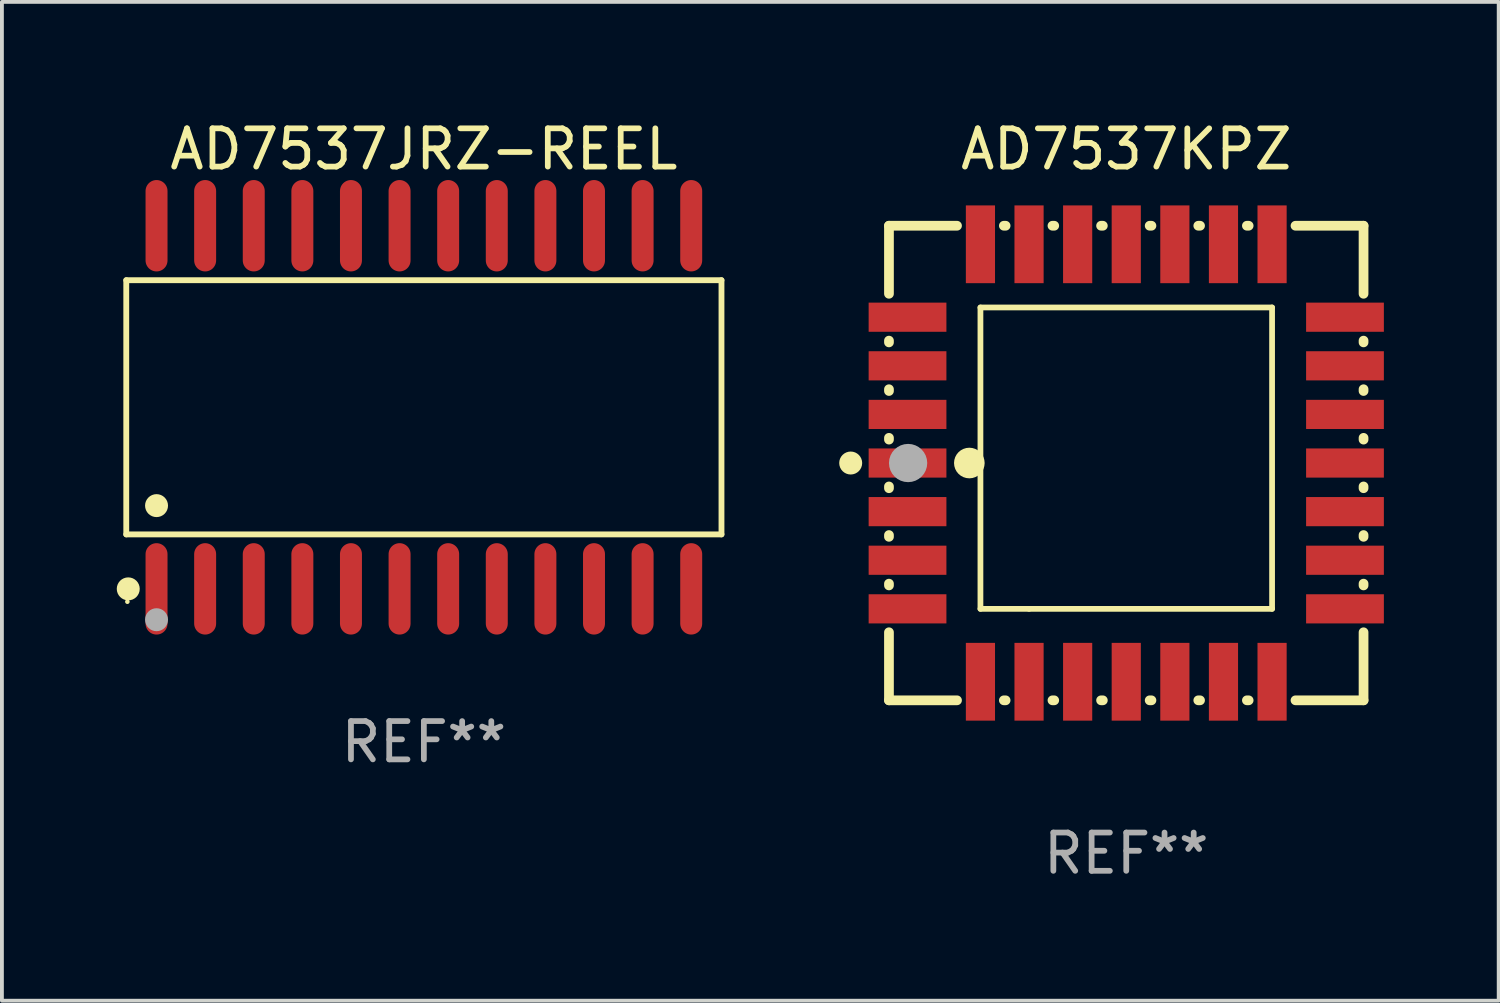
<source format=kicad_pcb>
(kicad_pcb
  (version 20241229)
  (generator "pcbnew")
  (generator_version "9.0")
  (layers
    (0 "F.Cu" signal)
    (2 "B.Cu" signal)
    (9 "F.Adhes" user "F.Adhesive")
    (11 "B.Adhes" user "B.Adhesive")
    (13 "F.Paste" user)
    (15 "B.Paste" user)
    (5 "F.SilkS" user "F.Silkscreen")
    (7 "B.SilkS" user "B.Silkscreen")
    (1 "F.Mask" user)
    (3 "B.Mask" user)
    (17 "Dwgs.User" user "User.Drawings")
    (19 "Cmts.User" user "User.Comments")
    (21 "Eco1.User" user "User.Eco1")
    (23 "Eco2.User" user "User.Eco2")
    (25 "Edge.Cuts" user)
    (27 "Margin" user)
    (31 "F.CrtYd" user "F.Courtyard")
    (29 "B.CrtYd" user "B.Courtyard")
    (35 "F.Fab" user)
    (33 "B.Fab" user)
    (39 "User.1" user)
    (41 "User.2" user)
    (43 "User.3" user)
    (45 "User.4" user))
  (footprint "AD7537KPZ"
    (layer "F.Cu")
    (at 26.377 9.048)
    (property "Reference" "AD7537KPZ" (at 0 -8.2 0) (layer "F.SilkS") (effects (font (size 1 1) (thickness 0.15))))
    (attr through_hole)
    (fp_line (start -6.2 -6.2) (end -4.422 -6.2) (stroke (width 0.254) (type solid)) (layer "F.SilkS"))
    (fp_line (start -6.2 -4.422) (end -6.2 -6.2) (stroke (width 0.254) (type solid)) (layer "F.SilkS"))
    (fp_line (start -6.2 -3.152) (end -6.2 -3.198) (stroke (width 0.254) (type solid)) (layer "F.SilkS"))
    (fp_line (start -6.2 -1.882) (end -6.2 -1.928) (stroke (width 0.254) (type solid)) (layer "F.SilkS"))
    (fp_line (start -6.2 -0.612) (end -6.2 -0.658) (stroke (width 0.254) (type solid)) (layer "F.SilkS"))
    (fp_line (start -6.2 0.658) (end -6.2 0.612) (stroke (width 0.254) (type solid)) (layer "F.SilkS"))
    (fp_line (start -6.2 1.928) (end -6.2 1.882) (stroke (width 0.254) (type solid)) (layer "F.SilkS"))
    (fp_line (start -6.2 3.198) (end -6.2 3.152) (stroke (width 0.254) (type solid)) (layer "F.SilkS"))
    (fp_line (start -6.2 6.2) (end -6.2 4.422) (stroke (width 0.254) (type solid)) (layer "F.SilkS"))
    (fp_line (start -4.422 6.2) (end -6.2 6.2) (stroke (width 0.254) (type solid)) (layer "F.SilkS"))
    (fp_line (start -3.81 -4.064) (end 3.81 -4.064) (stroke (width 0.15) (type solid)) (layer "F.SilkS"))
    (fp_line (start -3.81 3.81) (end -3.81 -4.064) (stroke (width 0.15) (type solid)) (layer "F.SilkS"))
    (fp_line (start -3.198 -6.2) (end -3.152 -6.2) (stroke (width 0.254) (type solid)) (layer "F.SilkS"))
    (fp_line (start -3.152 6.2) (end -3.198 6.2) (stroke (width 0.254) (type solid)) (layer "F.SilkS"))
    (fp_line (start -2.54 3.81) (end -3.81 3.81) (stroke (width 0.15) (type solid)) (layer "F.SilkS"))
    (fp_line (start -1.928 -6.2) (end -1.882 -6.2) (stroke (width 0.254) (type solid)) (layer "F.SilkS"))
    (fp_line (start -1.882 6.2) (end -1.928 6.2) (stroke (width 0.254) (type solid)) (layer "F.SilkS"))
    (fp_line (start -0.658 -6.2) (end -0.612 -6.2) (stroke (width 0.254) (type solid)) (layer "F.SilkS"))
    (fp_line (start -0.612 6.2) (end -0.658 6.2) (stroke (width 0.254) (type solid)) (layer "F.SilkS"))
    (fp_line (start 0.612 -6.2) (end 0.658 -6.2) (stroke (width 0.254) (type solid)) (layer "F.SilkS"))
    (fp_line (start 0.658 6.2) (end 0.612 6.2) (stroke (width 0.254) (type solid)) (layer "F.SilkS"))
    (fp_line (start 1.882 -6.2) (end 1.928 -6.2) (stroke (width 0.254) (type solid)) (layer "F.SilkS"))
    (fp_line (start 1.928 6.2) (end 1.882 6.2) (stroke (width 0.254) (type solid)) (layer "F.SilkS"))
    (fp_line (start 3.152 -6.2) (end 3.198 -6.2) (stroke (width 0.254) (type solid)) (layer "F.SilkS"))
    (fp_line (start 3.198 6.2) (end 3.152 6.2) (stroke (width 0.254) (type solid)) (layer "F.SilkS"))
    (fp_line (start 3.81 -4.064) (end 3.81 3.81) (stroke (width 0.15) (type solid)) (layer "F.SilkS"))
    (fp_line (start 3.81 3.81) (end -2.54 3.81) (stroke (width 0.15) (type solid)) (layer "F.SilkS"))
    (fp_line (start 4.422 -6.2) (end 6.2 -6.2) (stroke (width 0.254) (type solid)) (layer "F.SilkS"))
    (fp_line (start 6.2 -6.2) (end 6.2 -4.422) (stroke (width 0.254) (type solid)) (layer "F.SilkS"))
    (fp_line (start 6.2 -3.198) (end 6.2 -3.152) (stroke (width 0.254) (type solid)) (layer "F.SilkS"))
    (fp_line (start 6.2 -1.928) (end 6.2 -1.882) (stroke (width 0.254) (type solid)) (layer "F.SilkS"))
    (fp_line (start 6.2 -0.658) (end 6.2 -0.612) (stroke (width 0.254) (type solid)) (layer "F.SilkS"))
    (fp_line (start 6.2 0.612) (end 6.2 0.658) (stroke (width 0.254) (type solid)) (layer "F.SilkS"))
    (fp_line (start 6.2 1.882) (end 6.2 1.928) (stroke (width 0.254) (type solid)) (layer "F.SilkS"))
    (fp_line (start 6.2 3.152) (end 6.2 3.198) (stroke (width 0.254) (type solid)) (layer "F.SilkS"))
    (fp_line (start 6.2 4.422) (end 6.2 6.2) (stroke (width 0.254) (type solid)) (layer "F.SilkS"))
    (fp_line (start 6.2 6.2) (end 4.422 6.2) (stroke (width 0.254) (type solid)) (layer "F.SilkS"))
    (fp_circle (center -7.2 0) (end -7.05 0) (stroke (width 0.3) (type solid)) (fill no) (layer "F.SilkS"))
    (fp_circle (center -6.223 6.223) (end -6.193 6.223) (stroke (width 0.06) (type solid)) (fill no) (layer "F.SilkS"))
    (fp_circle (center -4.1 0) (end -3.9 0) (stroke (width 0.4) (type solid)) (fill no) (layer "F.SilkS"))
    (fp_circle (center -5.7 0) (end -5.45 0) (stroke (width 0.5) (type solid)) (fill no) (layer "F.Fab"))
    (fp_text user "REF**" (at 0 10.2 0) (layer "F.Fab") (effects (font (size 1 1) (thickness 0.15))))
    (pad "1" smd rect (at -5.715 0) (size 2.032 0.762) (layers "F.Cu" "F.Mask" "F.Paste"))
    (pad "2" smd rect (at -5.715 1.27) (size 2.032 0.762) (layers "F.Cu" "F.Mask" "F.Paste"))
    (pad "3" smd rect (at -5.715 2.54) (size 2.032 0.762) (layers "F.Cu" "F.Mask" "F.Paste"))
    (pad "4" smd rect (at -5.715 3.81) (size 2.032 0.762) (layers "F.Cu" "F.Mask" "F.Paste"))
    (pad "5" smd rect (at -3.81 5.715) (size 0.762 2.032) (layers "F.Cu" "F.Mask" "F.Paste"))
    (pad "6" smd rect (at -2.54 5.715) (size 0.762 2.032) (layers "F.Cu" "F.Mask" "F.Paste"))
    (pad "7" smd rect (at -1.27 5.715) (size 0.762 2.032) (layers "F.Cu" "F.Mask" "F.Paste"))
    (pad "8" smd rect (at 0 5.715) (size 0.762 2.032) (layers "F.Cu" "F.Mask" "F.Paste"))
    (pad "9" smd rect (at 1.27 5.715) (size 0.762 2.032) (layers "F.Cu" "F.Mask" "F.Paste"))
    (pad "10" smd rect (at 2.54 5.715) (size 0.762 2.032) (layers "F.Cu" "F.Mask" "F.Paste"))
    (pad "11" smd rect (at 3.81 5.715) (size 0.762 2.032) (layers "F.Cu" "F.Mask" "F.Paste"))
    (pad "12" smd rect (at 5.715 3.81) (size 2.032 0.762) (layers "F.Cu" "F.Mask" "F.Paste"))
    (pad "13" smd rect (at 5.715 2.54) (size 2.032 0.762) (layers "F.Cu" "F.Mask" "F.Paste"))
    (pad "14" smd rect (at 5.715 1.27) (size 2.032 0.762) (layers "F.Cu" "F.Mask" "F.Paste"))
    (pad "15" smd rect (at 5.715 0) (size 2.032 0.762) (layers "F.Cu" "F.Mask" "F.Paste"))
    (pad "16" smd rect (at 5.715 -1.27) (size 2.032 0.762) (layers "F.Cu" "F.Mask" "F.Paste"))
    (pad "17" smd rect (at 5.715 -2.54) (size 2.032 0.762) (layers "F.Cu" "F.Mask" "F.Paste"))
    (pad "18" smd rect (at 5.715 -3.81) (size 2.032 0.762) (layers "F.Cu" "F.Mask" "F.Paste"))
    (pad "19" smd rect (at 3.81 -5.715) (size 0.762 2.032) (layers "F.Cu" "F.Mask" "F.Paste"))
    (pad "20" smd rect (at 2.54 -5.715) (size 0.762 2.032) (layers "F.Cu" "F.Mask" "F.Paste"))
    (pad "21" smd rect (at 1.27 -5.715) (size 0.762 2.032) (layers "F.Cu" "F.Mask" "F.Paste"))
    (pad "22" smd rect (at 0 -5.715) (size 0.762 2.032) (layers "F.Cu" "F.Mask" "F.Paste"))
    (pad "23" smd rect (at -1.27 -5.715) (size 0.762 2.032) (layers "F.Cu" "F.Mask" "F.Paste"))
    (pad "24" smd rect (at -2.54 -5.715) (size 0.762 2.032) (layers "F.Cu" "F.Mask" "F.Paste"))
    (pad "25" smd rect (at -3.81 -5.715) (size 0.762 2.032) (layers "F.Cu" "F.Mask" "F.Paste"))
    (pad "26" smd rect (at -5.715 -3.81) (size 2.032 0.762) (layers "F.Cu" "F.Mask" "F.Paste"))
    (pad "27" smd rect (at -5.715 -2.54) (size 2.032 0.762) (layers "F.Cu" "F.Mask" "F.Paste"))
    (pad "28" smd rect (at -5.715 -1.27) (size 2.032 0.762) (layers "F.Cu" "F.Mask" "F.Paste")))
  (footprint "AD7537JRZ-REEL"
    (layer "F.Cu")
    (at 8.025 7.592)
    (property "Reference" "AD7537JRZ-REEL" (at 0 -6.744 0) (layer "F.SilkS") (effects (font (size 1 1) (thickness 0.15))))
    (attr through_hole)
    (fp_line (start -7.776 -3.321) (end 7.776 -3.321) (stroke (width 0.152) (type solid)) (layer "F.SilkS"))
    (fp_line (start -7.776 3.321) (end -7.776 -3.321) (stroke (width 0.152) (type solid)) (layer "F.SilkS"))
    (fp_line (start 7.776 -3.321) (end 7.776 3.321) (stroke (width 0.152) (type solid)) (layer "F.SilkS"))
    (fp_line (start 7.776 3.321) (end -7.776 3.321) (stroke (width 0.152) (type solid)) (layer "F.SilkS"))
    (fp_circle (center -7.747 5.08) (end -7.717 5.08) (stroke (width 0.06) (type solid)) (fill no) (layer "F.SilkS"))
    (fp_circle (center -7.724 4.744) (end -7.574 4.744) (stroke (width 0.3) (type solid)) (fill no) (layer "F.SilkS"))
    (fp_circle (center -6.985 2.569) (end -6.835 2.569) (stroke (width 0.3) (type solid)) (fill no) (layer "F.SilkS"))
    (fp_circle (center -6.985 5.55) (end -6.835 5.55) (stroke (width 0.3) (type solid)) (fill no) (layer "F.Fab"))
    (fp_text user "REF**" (at 0 8.744 0) (layer "F.Fab") (effects (font (size 1 1) (thickness 0.15))))
    (pad "1" smd oval (at -6.985 4.744) (size 0.574 2.388) (layers "F.Cu" "F.Mask" "F.Paste"))
    (pad "2" smd oval (at -5.715 4.744) (size 0.574 2.388) (layers "F.Cu" "F.Mask" "F.Paste"))
    (pad "3" smd oval (at -4.445 4.744) (size 0.574 2.388) (layers "F.Cu" "F.Mask" "F.Paste"))
    (pad "4" smd oval (at -3.175 4.744) (size 0.574 2.388) (layers "F.Cu" "F.Mask" "F.Paste"))
    (pad "5" smd oval (at -1.905 4.744) (size 0.574 2.388) (layers "F.Cu" "F.Mask" "F.Paste"))
    (pad "6" smd oval (at -0.635 4.744) (size 0.574 2.388) (layers "F.Cu" "F.Mask" "F.Paste"))
    (pad "7" smd oval (at 0.635 4.744) (size 0.574 2.388) (layers "F.Cu" "F.Mask" "F.Paste"))
    (pad "8" smd oval (at 1.905 4.744) (size 0.574 2.388) (layers "F.Cu" "F.Mask" "F.Paste"))
    (pad "9" smd oval (at 3.175 4.744) (size 0.574 2.388) (layers "F.Cu" "F.Mask" "F.Paste"))
    (pad "10" smd oval (at 4.445 4.744) (size 0.574 2.388) (layers "F.Cu" "F.Mask" "F.Paste"))
    (pad "11" smd oval (at 5.715 4.744) (size 0.574 2.388) (layers "F.Cu" "F.Mask" "F.Paste"))
    (pad "12" smd oval (at 6.985 4.744) (size 0.574 2.388) (layers "F.Cu" "F.Mask" "F.Paste"))
    (pad "13" smd oval (at 6.985 -4.744) (size 0.574 2.388) (layers "F.Cu" "F.Mask" "F.Paste"))
    (pad "14" smd oval (at 5.715 -4.744) (size 0.574 2.388) (layers "F.Cu" "F.Mask" "F.Paste"))
    (pad "15" smd oval (at 4.445 -4.744) (size 0.574 2.388) (layers "F.Cu" "F.Mask" "F.Paste"))
    (pad "16" smd oval (at 3.175 -4.744) (size 0.574 2.388) (layers "F.Cu" "F.Mask" "F.Paste"))
    (pad "17" smd oval (at 1.905 -4.744) (size 0.574 2.388) (layers "F.Cu" "F.Mask" "F.Paste"))
    (pad "18" smd oval (at 0.635 -4.744) (size 0.574 2.388) (layers "F.Cu" "F.Mask" "F.Paste"))
    (pad "19" smd oval (at -0.635 -4.744) (size 0.574 2.388) (layers "F.Cu" "F.Mask" "F.Paste"))
    (pad "20" smd oval (at -1.905 -4.744) (size 0.574 2.388) (layers "F.Cu" "F.Mask" "F.Paste"))
    (pad "21" smd oval (at -3.175 -4.744) (size 0.574 2.388) (layers "F.Cu" "F.Mask" "F.Paste"))
    (pad "22" smd oval (at -4.445 -4.744) (size 0.574 2.388) (layers "F.Cu" "F.Mask" "F.Paste"))
    (pad "23" smd oval (at -5.715 -4.744) (size 0.574 2.388) (layers "F.Cu" "F.Mask" "F.Paste"))
    (pad "24" smd oval (at -6.985 -4.744) (size 0.574 2.388) (layers "F.Cu" "F.Mask" "F.Paste")))
  (gr_rect
    (start -3 -3)
    (end 36.108 23.096)
    (stroke (width 0.1) (type default))
    (fill no)
    (layer "Edge.Cuts")))
</source>
